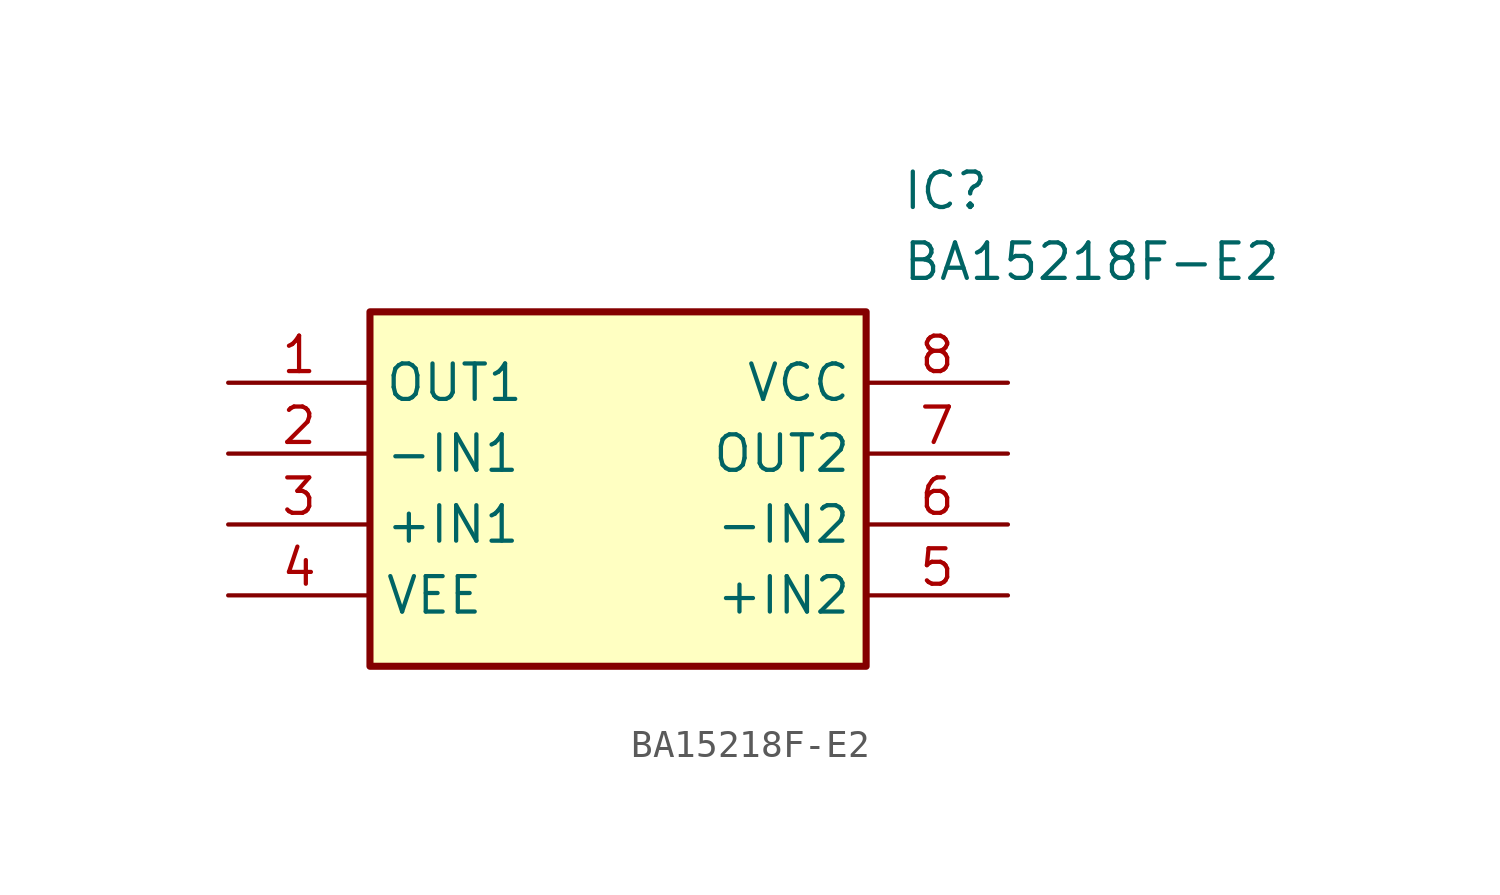
<source format=kicad_sym>
(kicad_symbol_lib
  (version 20211014)
  (generator SamacSys_ECAD_Model)
  (symbol "BA15218F-E2"
    (property "Reference" "IC"
      (at 24.13 7.62 0)
      (effects (font (size 1.27 1.27)) (justify left top)))
    (property "Value" "BA15218F-E2"
      (at 24.13 5.08 0)
      (effects (font (size 1.27 1.27)) (justify left top)))
    (rectangle
      (start 5.08 2.54)
      (end 22.86 -10.16)
      (stroke (width 0.254) (type default))
      (fill (type background)))
    (pin passive line
      (at 0 0 0)
      (length 5.08)
      (name "OUT1" (effects (font (size 1.27 1.27))))
      (number "1" (effects (font (size 1.27 1.27)))))
    (pin passive line
      (at 0 -2.54 0)
      (length 5.08)
      (name "-IN1" (effects (font (size 1.27 1.27))))
      (number "2" (effects (font (size 1.27 1.27)))))
    (pin passive line
      (at 0 -5.08 0)
      (length 5.08)
      (name "+IN1" (effects (font (size 1.27 1.27))))
      (number "3" (effects (font (size 1.27 1.27)))))
    (pin passive line
      (at 0 -7.62 0)
      (length 5.08)
      (name "VEE" (effects (font (size 1.27 1.27))))
      (number "4" (effects (font (size 1.27 1.27)))))
    (pin passive line
      (at 27.94 0 180)
      (length 5.08)
      (name "VCC" (effects (font (size 1.27 1.27))))
      (number "8" (effects (font (size 1.27 1.27)))))
    (pin passive line
      (at 27.94 -2.54 180)
      (length 5.08)
      (name "OUT2" (effects (font (size 1.27 1.27))))
      (number "7" (effects (font (size 1.27 1.27)))))
    (pin passive line
      (at 27.94 -5.08 180)
      (length 5.08)
      (name "-IN2" (effects (font (size 1.27 1.27))))
      (number "6" (effects (font (size 1.27 1.27)))))
    (pin passive line
      (at 27.94 -7.62 180)
      (length 5.08)
      (name "+IN2" (effects (font (size 1.27 1.27))))
      (number "5" (effects (font (size 1.27 1.27)))))))
</source>
